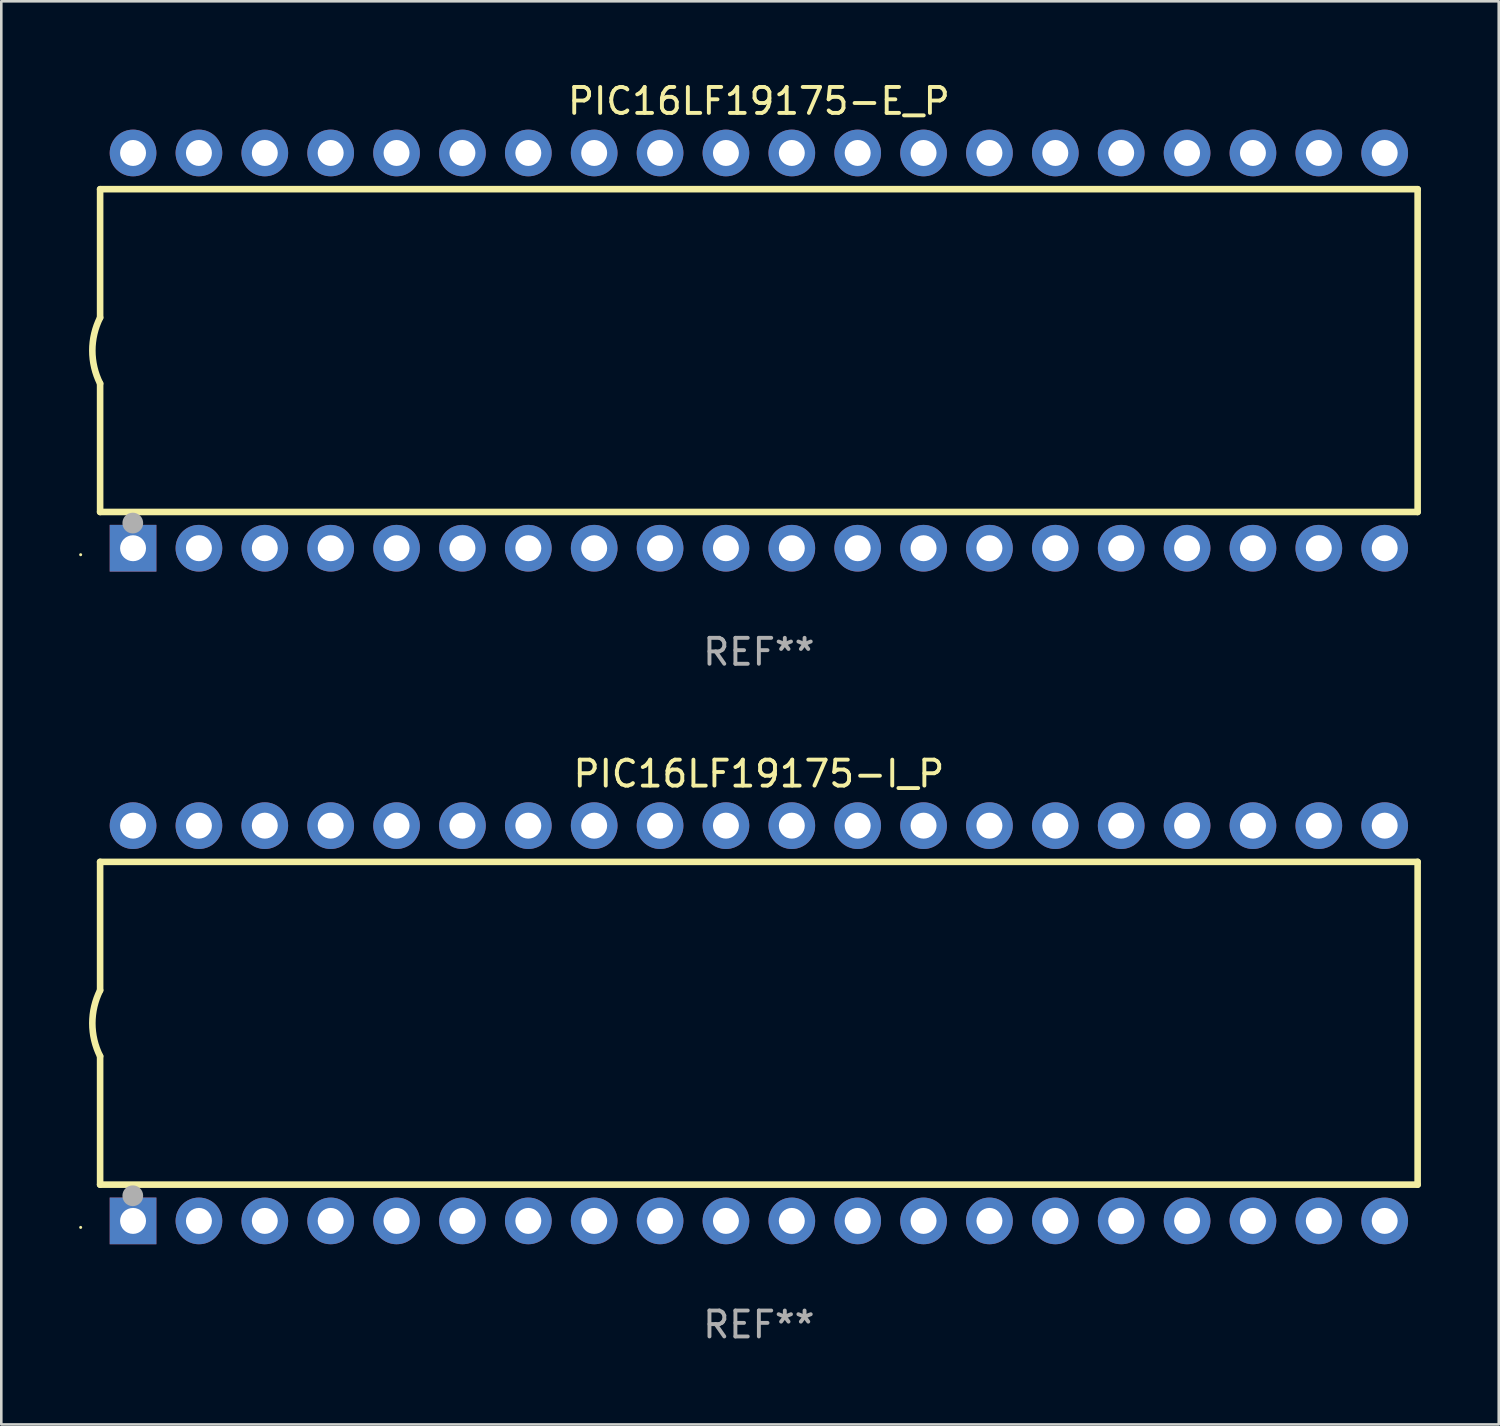
<source format=kicad_pcb>
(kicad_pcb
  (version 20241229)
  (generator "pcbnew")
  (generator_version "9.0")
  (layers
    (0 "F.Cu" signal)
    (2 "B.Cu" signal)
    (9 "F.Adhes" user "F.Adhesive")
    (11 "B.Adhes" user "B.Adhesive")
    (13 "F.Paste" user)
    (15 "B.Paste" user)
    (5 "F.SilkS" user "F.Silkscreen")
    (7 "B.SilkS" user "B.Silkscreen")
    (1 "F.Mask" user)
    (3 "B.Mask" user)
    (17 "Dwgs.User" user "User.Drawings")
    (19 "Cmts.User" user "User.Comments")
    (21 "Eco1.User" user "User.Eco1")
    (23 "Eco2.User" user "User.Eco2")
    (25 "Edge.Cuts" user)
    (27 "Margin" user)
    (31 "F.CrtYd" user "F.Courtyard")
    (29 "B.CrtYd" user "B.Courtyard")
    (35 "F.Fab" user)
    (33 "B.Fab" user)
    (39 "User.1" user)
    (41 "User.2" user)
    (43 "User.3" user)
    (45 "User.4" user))
  (footprint "PIC16LF19175-E_P"
    (layer "F.Cu")
    (at 26.21 10.468)
    (property "Reference" "PIC16LF19175-E_P" (at 0 -9.62 0) (layer "F.SilkS") (effects (font (size 1 1) (thickness 0.15))))
    (attr through_hole)
    (fp_line (start -25.4 -6.224) (end -25.4 -1.271) (stroke (width 0.254) (type solid)) (layer "F.SilkS"))
    (fp_line (start -25.4 -6.224) (end 25.4 -6.224) (stroke (width 0.254) (type solid)) (layer "F.SilkS"))
    (fp_line (start -25.4 1.269) (end -25.4 6.222) (stroke (width 0.254) (type solid)) (layer "F.SilkS"))
    (fp_line (start -25.4 6.222) (end 25.4 6.222) (stroke (width 0.254) (type solid)) (layer "F.SilkS"))
    (fp_line (start 25.4 6.222) (end 25.4 -6.224) (stroke (width 0.254) (type solid)) (layer "F.SilkS"))
    (fp_arc (start -25.4 1.269241) (mid -25.699807 -0.000762) (end -25.4 -1.270765) (stroke (width 0.254001) (type solid)) (layer "F.SilkS"))
    (fp_circle (center -26.15 7.87) (end -26.12 7.87) (stroke (width 0.06) (type solid)) (fill no) (layer "F.SilkS"))
    (fp_circle (center -24.14 6.65) (end -23.94 6.65) (stroke (width 0.4) (type solid)) (fill no) (layer "F.Fab"))
    (fp_text user "REF**" (at 0 11.62 0) (layer "F.Fab") (effects (font (size 1 1) (thickness 0.15))))
    (pad "1" thru_hole rect (at -24.13 7.62 90) (size 1.8 1.8) (drill 1) (layers "*.Cu" "*.Mask"))
    (pad "2" thru_hole circle (at -21.59 7.62) (size 1.8 1.8) (drill 1) (layers "*.Cu" "*.Mask"))
    (pad "3" thru_hole circle (at -19.05 7.62) (size 1.8 1.8) (drill 1) (layers "*.Cu" "*.Mask"))
    (pad "4" thru_hole circle (at -16.51 7.62) (size 1.8 1.8) (drill 1) (layers "*.Cu" "*.Mask"))
    (pad "5" thru_hole circle (at -13.97 7.62) (size 1.8 1.8) (drill 1) (layers "*.Cu" "*.Mask"))
    (pad "6" thru_hole circle (at -11.43 7.62) (size 1.8 1.8) (drill 1) (layers "*.Cu" "*.Mask"))
    (pad "7" thru_hole circle (at -8.89 7.62) (size 1.8 1.8) (drill 1) (layers "*.Cu" "*.Mask"))
    (pad "8" thru_hole circle (at -6.35 7.62) (size 1.8 1.8) (drill 1) (layers "*.Cu" "*.Mask"))
    (pad "9" thru_hole circle (at -3.81 7.62) (size 1.8 1.8) (drill 1) (layers "*.Cu" "*.Mask"))
    (pad "10" thru_hole circle (at -1.27 7.62) (size 1.8 1.8) (drill 1) (layers "*.Cu" "*.Mask"))
    (pad "11" thru_hole circle (at 1.27 7.62) (size 1.8 1.8) (drill 1) (layers "*.Cu" "*.Mask"))
    (pad "12" thru_hole circle (at 3.81 7.62) (size 1.8 1.8) (drill 1) (layers "*.Cu" "*.Mask"))
    (pad "13" thru_hole circle (at 6.35 7.62) (size 1.8 1.8) (drill 1) (layers "*.Cu" "*.Mask"))
    (pad "14" thru_hole circle (at 8.89 7.62) (size 1.8 1.8) (drill 1) (layers "*.Cu" "*.Mask"))
    (pad "15" thru_hole circle (at 11.43 7.62) (size 1.8 1.8) (drill 1) (layers "*.Cu" "*.Mask"))
    (pad "16" thru_hole circle (at 13.97 7.62) (size 1.8 1.8) (drill 1) (layers "*.Cu" "*.Mask"))
    (pad "17" thru_hole circle (at 16.51 7.62) (size 1.8 1.8) (drill 1) (layers "*.Cu" "*.Mask"))
    (pad "18" thru_hole circle (at 19.05 7.62) (size 1.8 1.8) (drill 1) (layers "*.Cu" "*.Mask"))
    (pad "19" thru_hole circle (at 21.59 7.62) (size 1.8 1.8) (drill 1) (layers "*.Cu" "*.Mask"))
    (pad "20" thru_hole circle (at 24.13 7.62) (size 1.8 1.8) (drill 1) (layers "*.Cu" "*.Mask"))
    (pad "21" thru_hole circle (at 24.13 -7.62) (size 1.8 1.8) (drill 1) (layers "*.Cu" "*.Mask"))
    (pad "22" thru_hole circle (at 21.59 -7.62) (size 1.8 1.8) (drill 1) (layers "*.Cu" "*.Mask"))
    (pad "23" thru_hole circle (at 19.05 -7.62) (size 1.8 1.8) (drill 1) (layers "*.Cu" "*.Mask"))
    (pad "24" thru_hole circle (at 16.51 -7.62) (size 1.8 1.8) (drill 1) (layers "*.Cu" "*.Mask"))
    (pad "25" thru_hole circle (at 13.97 -7.62) (size 1.8 1.8) (drill 1) (layers "*.Cu" "*.Mask"))
    (pad "26" thru_hole circle (at 11.43 -7.62) (size 1.8 1.8) (drill 1) (layers "*.Cu" "*.Mask"))
    (pad "27" thru_hole circle (at 8.89 -7.62) (size 1.8 1.8) (drill 1) (layers "*.Cu" "*.Mask"))
    (pad "28" thru_hole circle (at 6.35 -7.62) (size 1.8 1.8) (drill 1) (layers "*.Cu" "*.Mask"))
    (pad "29" thru_hole circle (at 3.81 -7.62) (size 1.8 1.8) (drill 1) (layers "*.Cu" "*.Mask"))
    (pad "30" thru_hole circle (at 1.27 -7.62) (size 1.8 1.8) (drill 1) (layers "*.Cu" "*.Mask"))
    (pad "31" thru_hole circle (at -1.27 -7.62) (size 1.8 1.8) (drill 1) (layers "*.Cu" "*.Mask"))
    (pad "32" thru_hole circle (at -3.81 -7.62) (size 1.8 1.8) (drill 1) (layers "*.Cu" "*.Mask"))
    (pad "33" thru_hole circle (at -6.35 -7.62) (size 1.8 1.8) (drill 1) (layers "*.Cu" "*.Mask"))
    (pad "34" thru_hole circle (at -8.89 -7.62) (size 1.8 1.8) (drill 1) (layers "*.Cu" "*.Mask"))
    (pad "35" thru_hole circle (at -11.43 -7.62) (size 1.8 1.8) (drill 1) (layers "*.Cu" "*.Mask"))
    (pad "36" thru_hole circle (at -13.97 -7.62) (size 1.8 1.8) (drill 1) (layers "*.Cu" "*.Mask"))
    (pad "37" thru_hole circle (at -16.51 -7.62) (size 1.8 1.8) (drill 1) (layers "*.Cu" "*.Mask"))
    (pad "38" thru_hole circle (at -19.05 -7.62) (size 1.8 1.8) (drill 1) (layers "*.Cu" "*.Mask"))
    (pad "39" thru_hole circle (at -21.59 -7.62) (size 1.8 1.8) (drill 1) (layers "*.Cu" "*.Mask"))
    (pad "40" thru_hole circle (at -24.13 -7.62) (size 1.8 1.8) (drill 1) (layers "*.Cu" "*.Mask")))
  (footprint "PIC16LF19175-I_P"
    (layer "F.Cu")
    (at 26.21 36.405)
    (property "Reference" "PIC16LF19175-I_P" (at 0 -9.62 0) (layer "F.SilkS") (effects (font (size 1 1) (thickness 0.15))))
    (attr through_hole)
    (fp_line (start -25.4 -6.224) (end -25.4 -1.271) (stroke (width 0.254) (type solid)) (layer "F.SilkS"))
    (fp_line (start -25.4 -6.224) (end 25.4 -6.224) (stroke (width 0.254) (type solid)) (layer "F.SilkS"))
    (fp_line (start -25.4 1.269) (end -25.4 6.222) (stroke (width 0.254) (type solid)) (layer "F.SilkS"))
    (fp_line (start -25.4 6.222) (end 25.4 6.222) (stroke (width 0.254) (type solid)) (layer "F.SilkS"))
    (fp_line (start 25.4 6.222) (end 25.4 -6.224) (stroke (width 0.254) (type solid)) (layer "F.SilkS"))
    (fp_arc (start -25.4 1.269241) (mid -25.699807 -0.000762) (end -25.4 -1.270765) (stroke (width 0.254001) (type solid)) (layer "F.SilkS"))
    (fp_circle (center -26.15 7.87) (end -26.12 7.87) (stroke (width 0.06) (type solid)) (fill no) (layer "F.SilkS"))
    (fp_circle (center -24.14 6.65) (end -23.94 6.65) (stroke (width 0.4) (type solid)) (fill no) (layer "F.Fab"))
    (fp_text user "REF**" (at 0 11.62 0) (layer "F.Fab") (effects (font (size 1 1) (thickness 0.15))))
    (pad "1" thru_hole rect (at -24.13 7.62 90) (size 1.8 1.8) (drill 1) (layers "*.Cu" "*.Mask"))
    (pad "2" thru_hole circle (at -21.59 7.62) (size 1.8 1.8) (drill 1) (layers "*.Cu" "*.Mask"))
    (pad "3" thru_hole circle (at -19.05 7.62) (size 1.8 1.8) (drill 1) (layers "*.Cu" "*.Mask"))
    (pad "4" thru_hole circle (at -16.51 7.62) (size 1.8 1.8) (drill 1) (layers "*.Cu" "*.Mask"))
    (pad "5" thru_hole circle (at -13.97 7.62) (size 1.8 1.8) (drill 1) (layers "*.Cu" "*.Mask"))
    (pad "6" thru_hole circle (at -11.43 7.62) (size 1.8 1.8) (drill 1) (layers "*.Cu" "*.Mask"))
    (pad "7" thru_hole circle (at -8.89 7.62) (size 1.8 1.8) (drill 1) (layers "*.Cu" "*.Mask"))
    (pad "8" thru_hole circle (at -6.35 7.62) (size 1.8 1.8) (drill 1) (layers "*.Cu" "*.Mask"))
    (pad "9" thru_hole circle (at -3.81 7.62) (size 1.8 1.8) (drill 1) (layers "*.Cu" "*.Mask"))
    (pad "10" thru_hole circle (at -1.27 7.62) (size 1.8 1.8) (drill 1) (layers "*.Cu" "*.Mask"))
    (pad "11" thru_hole circle (at 1.27 7.62) (size 1.8 1.8) (drill 1) (layers "*.Cu" "*.Mask"))
    (pad "12" thru_hole circle (at 3.81 7.62) (size 1.8 1.8) (drill 1) (layers "*.Cu" "*.Mask"))
    (pad "13" thru_hole circle (at 6.35 7.62) (size 1.8 1.8) (drill 1) (layers "*.Cu" "*.Mask"))
    (pad "14" thru_hole circle (at 8.89 7.62) (size 1.8 1.8) (drill 1) (layers "*.Cu" "*.Mask"))
    (pad "15" thru_hole circle (at 11.43 7.62) (size 1.8 1.8) (drill 1) (layers "*.Cu" "*.Mask"))
    (pad "16" thru_hole circle (at 13.97 7.62) (size 1.8 1.8) (drill 1) (layers "*.Cu" "*.Mask"))
    (pad "17" thru_hole circle (at 16.51 7.62) (size 1.8 1.8) (drill 1) (layers "*.Cu" "*.Mask"))
    (pad "18" thru_hole circle (at 19.05 7.62) (size 1.8 1.8) (drill 1) (layers "*.Cu" "*.Mask"))
    (pad "19" thru_hole circle (at 21.59 7.62) (size 1.8 1.8) (drill 1) (layers "*.Cu" "*.Mask"))
    (pad "20" thru_hole circle (at 24.13 7.62) (size 1.8 1.8) (drill 1) (layers "*.Cu" "*.Mask"))
    (pad "21" thru_hole circle (at 24.13 -7.62) (size 1.8 1.8) (drill 1) (layers "*.Cu" "*.Mask"))
    (pad "22" thru_hole circle (at 21.59 -7.62) (size 1.8 1.8) (drill 1) (layers "*.Cu" "*.Mask"))
    (pad "23" thru_hole circle (at 19.05 -7.62) (size 1.8 1.8) (drill 1) (layers "*.Cu" "*.Mask"))
    (pad "24" thru_hole circle (at 16.51 -7.62) (size 1.8 1.8) (drill 1) (layers "*.Cu" "*.Mask"))
    (pad "25" thru_hole circle (at 13.97 -7.62) (size 1.8 1.8) (drill 1) (layers "*.Cu" "*.Mask"))
    (pad "26" thru_hole circle (at 11.43 -7.62) (size 1.8 1.8) (drill 1) (layers "*.Cu" "*.Mask"))
    (pad "27" thru_hole circle (at 8.89 -7.62) (size 1.8 1.8) (drill 1) (layers "*.Cu" "*.Mask"))
    (pad "28" thru_hole circle (at 6.35 -7.62) (size 1.8 1.8) (drill 1) (layers "*.Cu" "*.Mask"))
    (pad "29" thru_hole circle (at 3.81 -7.62) (size 1.8 1.8) (drill 1) (layers "*.Cu" "*.Mask"))
    (pad "30" thru_hole circle (at 1.27 -7.62) (size 1.8 1.8) (drill 1) (layers "*.Cu" "*.Mask"))
    (pad "31" thru_hole circle (at -1.27 -7.62) (size 1.8 1.8) (drill 1) (layers "*.Cu" "*.Mask"))
    (pad "32" thru_hole circle (at -3.81 -7.62) (size 1.8 1.8) (drill 1) (layers "*.Cu" "*.Mask"))
    (pad "33" thru_hole circle (at -6.35 -7.62) (size 1.8 1.8) (drill 1) (layers "*.Cu" "*.Mask"))
    (pad "34" thru_hole circle (at -8.89 -7.62) (size 1.8 1.8) (drill 1) (layers "*.Cu" "*.Mask"))
    (pad "35" thru_hole circle (at -11.43 -7.62) (size 1.8 1.8) (drill 1) (layers "*.Cu" "*.Mask"))
    (pad "36" thru_hole circle (at -13.97 -7.62) (size 1.8 1.8) (drill 1) (layers "*.Cu" "*.Mask"))
    (pad "37" thru_hole circle (at -16.51 -7.62) (size 1.8 1.8) (drill 1) (layers "*.Cu" "*.Mask"))
    (pad "38" thru_hole circle (at -19.05 -7.62) (size 1.8 1.8) (drill 1) (layers "*.Cu" "*.Mask"))
    (pad "39" thru_hole circle (at -21.59 -7.62) (size 1.8 1.8) (drill 1) (layers "*.Cu" "*.Mask"))
    (pad "40" thru_hole circle (at -24.13 -7.62) (size 1.8 1.8) (drill 1) (layers "*.Cu" "*.Mask")))
  (gr_rect
    (start -3 -3)
    (end 54.737 51.873)
    (stroke (width 0.1) (type default))
    (fill no)
    (layer "Edge.Cuts")))
</source>
